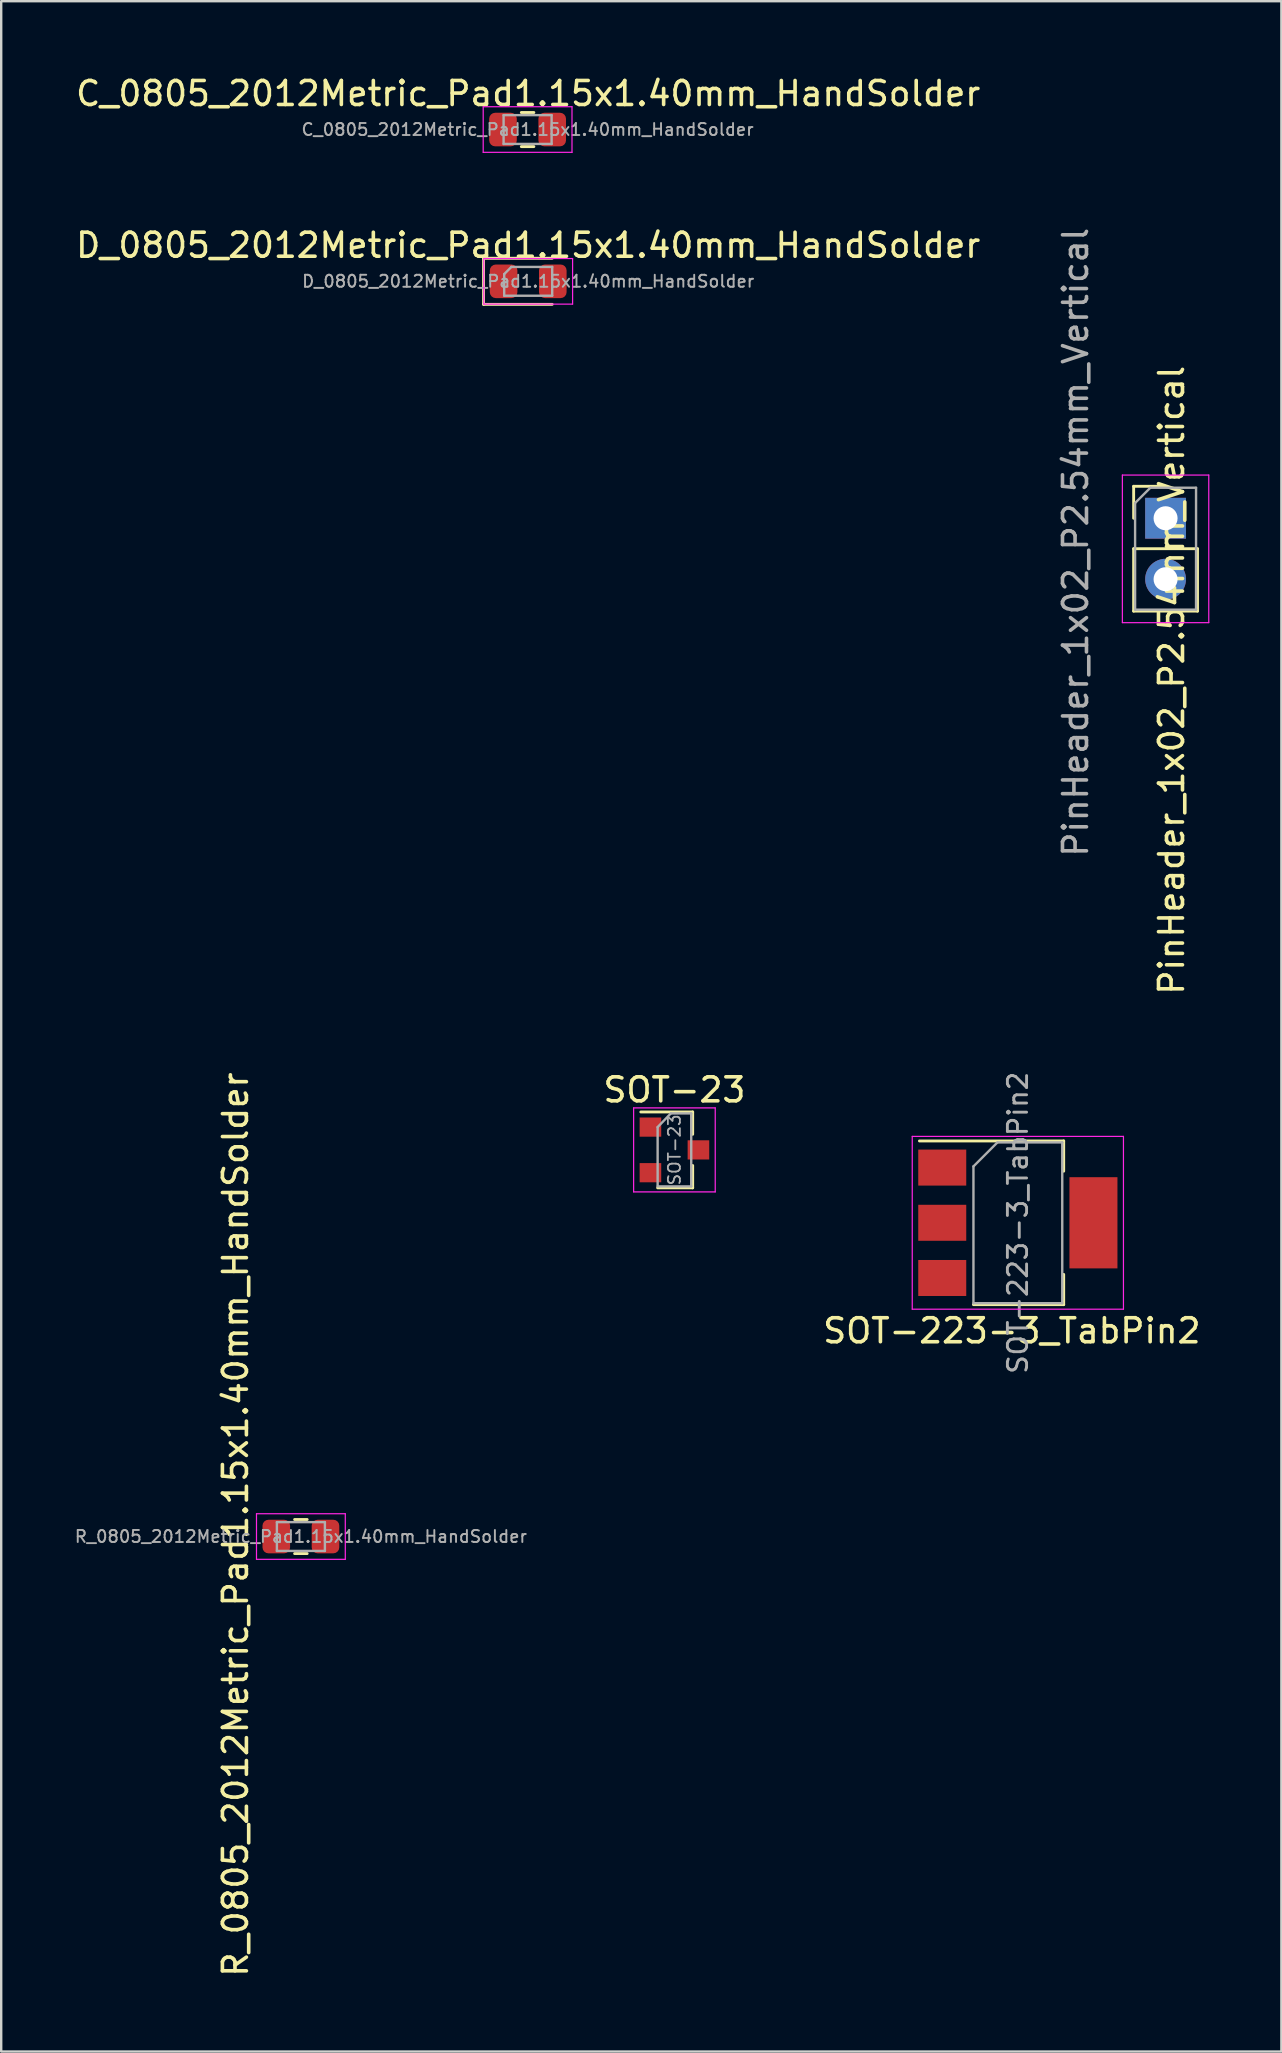
<source format=kicad_pcb>
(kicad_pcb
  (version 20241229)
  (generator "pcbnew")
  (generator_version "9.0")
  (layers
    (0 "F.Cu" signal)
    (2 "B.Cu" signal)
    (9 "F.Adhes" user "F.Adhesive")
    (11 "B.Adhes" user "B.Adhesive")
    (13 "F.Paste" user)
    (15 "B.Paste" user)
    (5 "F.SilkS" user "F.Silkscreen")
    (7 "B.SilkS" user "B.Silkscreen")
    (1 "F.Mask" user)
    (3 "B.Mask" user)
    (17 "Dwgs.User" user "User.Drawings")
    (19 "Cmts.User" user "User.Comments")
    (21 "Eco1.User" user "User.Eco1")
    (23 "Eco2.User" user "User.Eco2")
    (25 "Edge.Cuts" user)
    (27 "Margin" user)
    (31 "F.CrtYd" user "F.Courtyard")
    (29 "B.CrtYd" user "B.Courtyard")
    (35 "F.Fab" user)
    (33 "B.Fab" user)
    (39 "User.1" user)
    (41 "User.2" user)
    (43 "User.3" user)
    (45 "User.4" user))
  (footprint "R_0805_2012Metric_Pad1.15x1.40mm_HandSolder"
    (layer "F.Cu")
    (at 9.487 60.972)
    (property "Reference" "R_0805_2012Metric_Pad1.15x1.40mm_HandSolder" (at -2.725 -0.5 90) (layer "F.SilkS") (effects (font (size 1 1) (thickness 0.15))))
    (attr smd)
    (fp_line (start -0.261 -0.71) (end 0.261 -0.71) (stroke (width 0.12) (type solid)) (layer "F.SilkS"))
    (fp_line (start -0.261 0.71) (end 0.261 0.71) (stroke (width 0.12) (type solid)) (layer "F.SilkS"))
    (fp_line (start -1.85 -0.95) (end 1.85 -0.95) (stroke (width 0.05) (type solid)) (layer "F.CrtYd"))
    (fp_line (start -1.85 0.95) (end -1.85 -0.95) (stroke (width 0.05) (type solid)) (layer "F.CrtYd"))
    (fp_line (start 1.85 -0.95) (end 1.85 0.95) (stroke (width 0.05) (type solid)) (layer "F.CrtYd"))
    (fp_line (start 1.85 0.95) (end -1.85 0.95) (stroke (width 0.05) (type solid)) (layer "F.CrtYd"))
    (fp_line (start -1 -0.6) (end 1 -0.6) (stroke (width 0.1) (type solid)) (layer "F.Fab"))
    (fp_line (start -1 0.6) (end -1 -0.6) (stroke (width 0.1) (type solid)) (layer "F.Fab"))
    (fp_line (start 1 -0.6) (end 1 0.6) (stroke (width 0.1) (type solid)) (layer "F.Fab"))
    (fp_line (start 1 0.6) (end -1 0.6) (stroke (width 0.1) (type solid)) (layer "F.Fab"))
    (fp_text user "${REFERENCE}" (at 0 0 0) (layer "F.Fab") (effects (font (size 0.5 0.5) (thickness 0.08))))
    (pad "1" smd roundrect (at -1.025 0) (size 1.15 1.4) (layers "F.Cu" "F.Mask" "F.Paste") (roundrect_rratio 0.217))
    (pad "2" smd roundrect (at 1.025 0) (size 1.15 1.4) (layers "F.Cu" "F.Mask" "F.Paste") (roundrect_rratio 0.217)))
  (footprint "C_0805_2012Metric_Pad1.15x1.40mm_HandSolder"
    (layer "F.Cu")
    (at 18.933 2.348)
    (property "Reference" "C_0805_2012Metric_Pad1.15x1.40mm_HandSolder" (at 0.025 -1.5 0) (layer "F.SilkS") (effects (font (size 1 1) (thickness 0.15))))
    (attr smd)
    (fp_line (start -0.261 -0.71) (end 0.261 -0.71) (stroke (width 0.12) (type solid)) (layer "F.SilkS"))
    (fp_line (start -0.261 0.71) (end 0.261 0.71) (stroke (width 0.12) (type solid)) (layer "F.SilkS"))
    (fp_line (start -1.85 -0.95) (end 1.85 -0.95) (stroke (width 0.05) (type solid)) (layer "F.CrtYd"))
    (fp_line (start -1.85 0.95) (end -1.85 -0.95) (stroke (width 0.05) (type solid)) (layer "F.CrtYd"))
    (fp_line (start 1.85 -0.95) (end 1.85 0.95) (stroke (width 0.05) (type solid)) (layer "F.CrtYd"))
    (fp_line (start 1.85 0.95) (end -1.85 0.95) (stroke (width 0.05) (type solid)) (layer "F.CrtYd"))
    (fp_line (start -1 -0.6) (end 1 -0.6) (stroke (width 0.1) (type solid)) (layer "F.Fab"))
    (fp_line (start -1 0.6) (end -1 -0.6) (stroke (width 0.1) (type solid)) (layer "F.Fab"))
    (fp_line (start 1 -0.6) (end 1 0.6) (stroke (width 0.1) (type solid)) (layer "F.Fab"))
    (fp_line (start 1 0.6) (end -1 0.6) (stroke (width 0.1) (type solid)) (layer "F.Fab"))
    (fp_text user "${REFERENCE}" (at 0 0 0) (layer "F.Fab") (effects (font (size 0.5 0.5) (thickness 0.08))))
    (pad "1" smd roundrect (at -1.025 0) (size 1.15 1.4) (layers "F.Cu" "F.Mask" "F.Paste") (roundrect_rratio 0.217))
    (pad "2" smd roundrect (at 1.025 0) (size 1.15 1.4) (layers "F.Cu" "F.Mask" "F.Paste") (roundrect_rratio 0.217)))
  (footprint "D_0805_2012Metric_Pad1.15x1.40mm_HandSolder"
    (layer "F.Cu")
    (at 18.958 8.671)
    (property "Reference" "D_0805_2012Metric_Pad1.15x1.40mm_HandSolder" (at 0 -1.5 0) (layer "F.SilkS") (effects (font (size 1 1) (thickness 0.15))))
    (attr smd)
    (fp_line (start -1.86 -0.96) (end -1.86 0.96) (stroke (width 0.12) (type solid)) (layer "F.SilkS"))
    (fp_line (start -1.86 0.96) (end 1 0.96) (stroke (width 0.12) (type solid)) (layer "F.SilkS"))
    (fp_line (start 1 -0.96) (end -1.86 -0.96) (stroke (width 0.12) (type solid)) (layer "F.SilkS"))
    (fp_line (start -1.85 -0.95) (end 1.85 -0.95) (stroke (width 0.05) (type solid)) (layer "F.CrtYd"))
    (fp_line (start -1.85 0.95) (end -1.85 -0.95) (stroke (width 0.05) (type solid)) (layer "F.CrtYd"))
    (fp_line (start 1.85 -0.95) (end 1.85 0.95) (stroke (width 0.05) (type solid)) (layer "F.CrtYd"))
    (fp_line (start 1.85 0.95) (end -1.85 0.95) (stroke (width 0.05) (type solid)) (layer "F.CrtYd"))
    (fp_line (start -1 -0.3) (end -1 0.6) (stroke (width 0.1) (type solid)) (layer "F.Fab"))
    (fp_line (start -1 0.6) (end 1 0.6) (stroke (width 0.1) (type solid)) (layer "F.Fab"))
    (fp_line (start -0.7 -0.6) (end -1 -0.3) (stroke (width 0.1) (type solid)) (layer "F.Fab"))
    (fp_line (start 1 -0.6) (end -0.7 -0.6) (stroke (width 0.1) (type solid)) (layer "F.Fab"))
    (fp_line (start 1 0.6) (end 1 -0.6) (stroke (width 0.1) (type solid)) (layer "F.Fab"))
    (fp_text user "${REFERENCE}" (at 0 0 0) (layer "F.Fab") (effects (font (size 0.5 0.5) (thickness 0.08))))
    (pad "1" smd roundrect (at -1.025 0) (size 1.15 1.4) (layers "F.Cu" "F.Mask" "F.Paste") (roundrect_rratio 0.217))
    (pad "2" smd roundrect (at 1.025 0) (size 1.15 1.4) (layers "F.Cu" "F.Mask" "F.Paste") (roundrect_rratio 0.217)))
  (footprint "SOT-223-3_TabPin2"
    (layer "F.Cu")
    (at 39.36 47.899)
    (property "Reference" "SOT-223-3_TabPin2" (at -0.25 4.5 180) (layer "F.SilkS") (effects (font (size 1 1) (thickness 0.15))))
    (attr smd)
    (fp_line (start -4.1 -3.41) (end 1.91 -3.41) (stroke (width 0.12) (type solid)) (layer "F.SilkS"))
    (fp_line (start -1.85 3.41) (end 1.91 3.41) (stroke (width 0.12) (type solid)) (layer "F.SilkS"))
    (fp_line (start 1.91 -3.41) (end 1.91 -2.15) (stroke (width 0.12) (type solid)) (layer "F.SilkS"))
    (fp_line (start 1.91 3.41) (end 1.91 2.15) (stroke (width 0.12) (type solid)) (layer "F.SilkS"))
    (fp_line (start -4.4 -3.6) (end -4.4 3.6) (stroke (width 0.05) (type solid)) (layer "F.CrtYd"))
    (fp_line (start -4.4 3.6) (end 4.4 3.6) (stroke (width 0.05) (type solid)) (layer "F.CrtYd"))
    (fp_line (start 4.4 -3.6) (end -4.4 -3.6) (stroke (width 0.05) (type solid)) (layer "F.CrtYd"))
    (fp_line (start 4.4 3.6) (end 4.4 -3.6) (stroke (width 0.05) (type solid)) (layer "F.CrtYd"))
    (fp_line (start -1.85 -2.35) (end -1.85 3.35) (stroke (width 0.1) (type solid)) (layer "F.Fab"))
    (fp_line (start -1.85 -2.35) (end -0.85 -3.35) (stroke (width 0.1) (type solid)) (layer "F.Fab"))
    (fp_line (start -1.85 3.35) (end 1.85 3.35) (stroke (width 0.1) (type solid)) (layer "F.Fab"))
    (fp_line (start -0.85 -3.35) (end 1.85 -3.35) (stroke (width 0.1) (type solid)) (layer "F.Fab"))
    (fp_line (start 1.85 -3.35) (end 1.85 3.35) (stroke (width 0.1) (type solid)) (layer "F.Fab"))
    (fp_text user "${REFERENCE}" (at 0 0 90) (layer "F.Fab") (effects (font (size 0.8 0.8) (thickness 0.12))))
    (pad "1" smd rect (at -3.15 -2.3) (size 2 1.5) (layers "F.Cu" "F.Mask" "F.Paste"))
    (pad "2" smd rect (at -3.15 0) (size 2 1.5) (layers "F.Cu" "F.Mask" "F.Paste"))
    (pad "2" smd rect (at 3.15 0) (size 2 3.8) (layers "F.Cu" "F.Mask" "F.Paste"))
    (pad "3" smd rect (at -3.15 2.3) (size 2 1.5) (layers "F.Cu" "F.Mask" "F.Paste")))
  (footprint "SOT-23"
    (layer "F.Cu")
    (at 25.051 44.862)
    (property "Reference" "SOT-23" (at 0 -2.5 0) (layer "F.SilkS") (effects (font (size 1 1) (thickness 0.15))))
    (attr smd)
    (fp_line (start 0.76 -1.58) (end -1.4 -1.58) (stroke (width 0.12) (type solid)) (layer "F.SilkS"))
    (fp_line (start 0.76 -1.58) (end 0.76 -0.65) (stroke (width 0.12) (type solid)) (layer "F.SilkS"))
    (fp_line (start 0.76 1.58) (end -0.7 1.58) (stroke (width 0.12) (type solid)) (layer "F.SilkS"))
    (fp_line (start 0.76 1.58) (end 0.76 0.65) (stroke (width 0.12) (type solid)) (layer "F.SilkS"))
    (fp_line (start -1.7 -1.75) (end 1.7 -1.75) (stroke (width 0.05) (type solid)) (layer "F.CrtYd"))
    (fp_line (start -1.7 1.75) (end -1.7 -1.75) (stroke (width 0.05) (type solid)) (layer "F.CrtYd"))
    (fp_line (start 1.7 -1.75) (end 1.7 1.75) (stroke (width 0.05) (type solid)) (layer "F.CrtYd"))
    (fp_line (start 1.7 1.75) (end -1.7 1.75) (stroke (width 0.05) (type solid)) (layer "F.CrtYd"))
    (fp_line (start -0.7 -0.95) (end -0.7 1.5) (stroke (width 0.1) (type solid)) (layer "F.Fab"))
    (fp_line (start -0.7 -0.95) (end -0.15 -1.52) (stroke (width 0.1) (type solid)) (layer "F.Fab"))
    (fp_line (start -0.7 1.52) (end 0.7 1.52) (stroke (width 0.1) (type solid)) (layer "F.Fab"))
    (fp_line (start -0.15 -1.52) (end 0.7 -1.52) (stroke (width 0.1) (type solid)) (layer "F.Fab"))
    (fp_line (start 0.7 -1.52) (end 0.7 1.52) (stroke (width 0.1) (type solid)) (layer "F.Fab"))
    (fp_text user "${REFERENCE}" (at 0 0 90) (layer "F.Fab") (effects (font (size 0.5 0.5) (thickness 0.075))))
    (pad "1" smd rect (at -1 -0.95) (size 0.9 0.8) (layers "F.Cu" "F.Mask" "F.Paste"))
    (pad "2" smd rect (at -1 0.95) (size 0.9 0.8) (layers "F.Cu" "F.Mask" "F.Paste"))
    (pad "3" smd rect (at 1 0) (size 0.9 0.8) (layers "F.Cu" "F.Mask" "F.Paste")))
  (footprint "PinHeader_1x02_P2.54mm_Vertical"
    (layer "F.Cu")
    (at 45.515 18.543)
    (property "Reference" "PinHeader_1x02_P2.54mm_Vertical" (at 0.25 6.75 90) (layer "F.SilkS") (effects (font (size 1 1) (thickness 0.15))))
    (attr through_hole)
    (fp_line (start -1.33 -1.33) (end 0 -1.33) (stroke (width 0.12) (type solid)) (layer "F.SilkS"))
    (fp_line (start -1.33 0) (end -1.33 -1.33) (stroke (width 0.12) (type solid)) (layer "F.SilkS"))
    (fp_line (start -1.33 1.27) (end -1.33 3.87) (stroke (width 0.12) (type solid)) (layer "F.SilkS"))
    (fp_line (start -1.33 1.27) (end 1.33 1.27) (stroke (width 0.12) (type solid)) (layer "F.SilkS"))
    (fp_line (start -1.33 3.87) (end 1.33 3.87) (stroke (width 0.12) (type solid)) (layer "F.SilkS"))
    (fp_line (start 1.33 1.27) (end 1.33 3.87) (stroke (width 0.12) (type solid)) (layer "F.SilkS"))
    (fp_line (start -1.8 -1.8) (end -1.8 4.35) (stroke (width 0.05) (type solid)) (layer "F.CrtYd"))
    (fp_line (start -1.8 4.35) (end 1.8 4.35) (stroke (width 0.05) (type solid)) (layer "F.CrtYd"))
    (fp_line (start 1.8 -1.8) (end -1.8 -1.8) (stroke (width 0.05) (type solid)) (layer "F.CrtYd"))
    (fp_line (start 1.8 4.35) (end 1.8 -1.8) (stroke (width 0.05) (type solid)) (layer "F.CrtYd"))
    (fp_line (start -1.27 -0.635) (end -0.635 -1.27) (stroke (width 0.1) (type solid)) (layer "F.Fab"))
    (fp_line (start -1.27 3.81) (end -1.27 -0.635) (stroke (width 0.1) (type solid)) (layer "F.Fab"))
    (fp_line (start -0.635 -1.27) (end 1.27 -1.27) (stroke (width 0.1) (type solid)) (layer "F.Fab"))
    (fp_line (start 1.27 -1.27) (end 1.27 3.81) (stroke (width 0.1) (type solid)) (layer "F.Fab"))
    (fp_line (start 1.27 3.81) (end -1.27 3.81) (stroke (width 0.1) (type solid)) (layer "F.Fab"))
    (fp_text user "${REFERENCE}" (at -3.75 1 90) (layer "F.Fab") (effects (font (size 1 1) (thickness 0.15))))
    (pad "1" thru_hole rect (at 0 0) (size 1.7 1.7) (drill 1) (layers "*.Cu" "*.Mask"))
    (pad "2" thru_hole oval (at 0 2.54) (size 1.7 1.7) (drill 1) (layers "*.Cu" "*.Mask")))
  (gr_rect
    (start -3 -3)
    (end 50.34 82.43)
    (stroke (width 0.1) (type default))
    (fill no)
    (layer "Edge.Cuts")))
</source>
